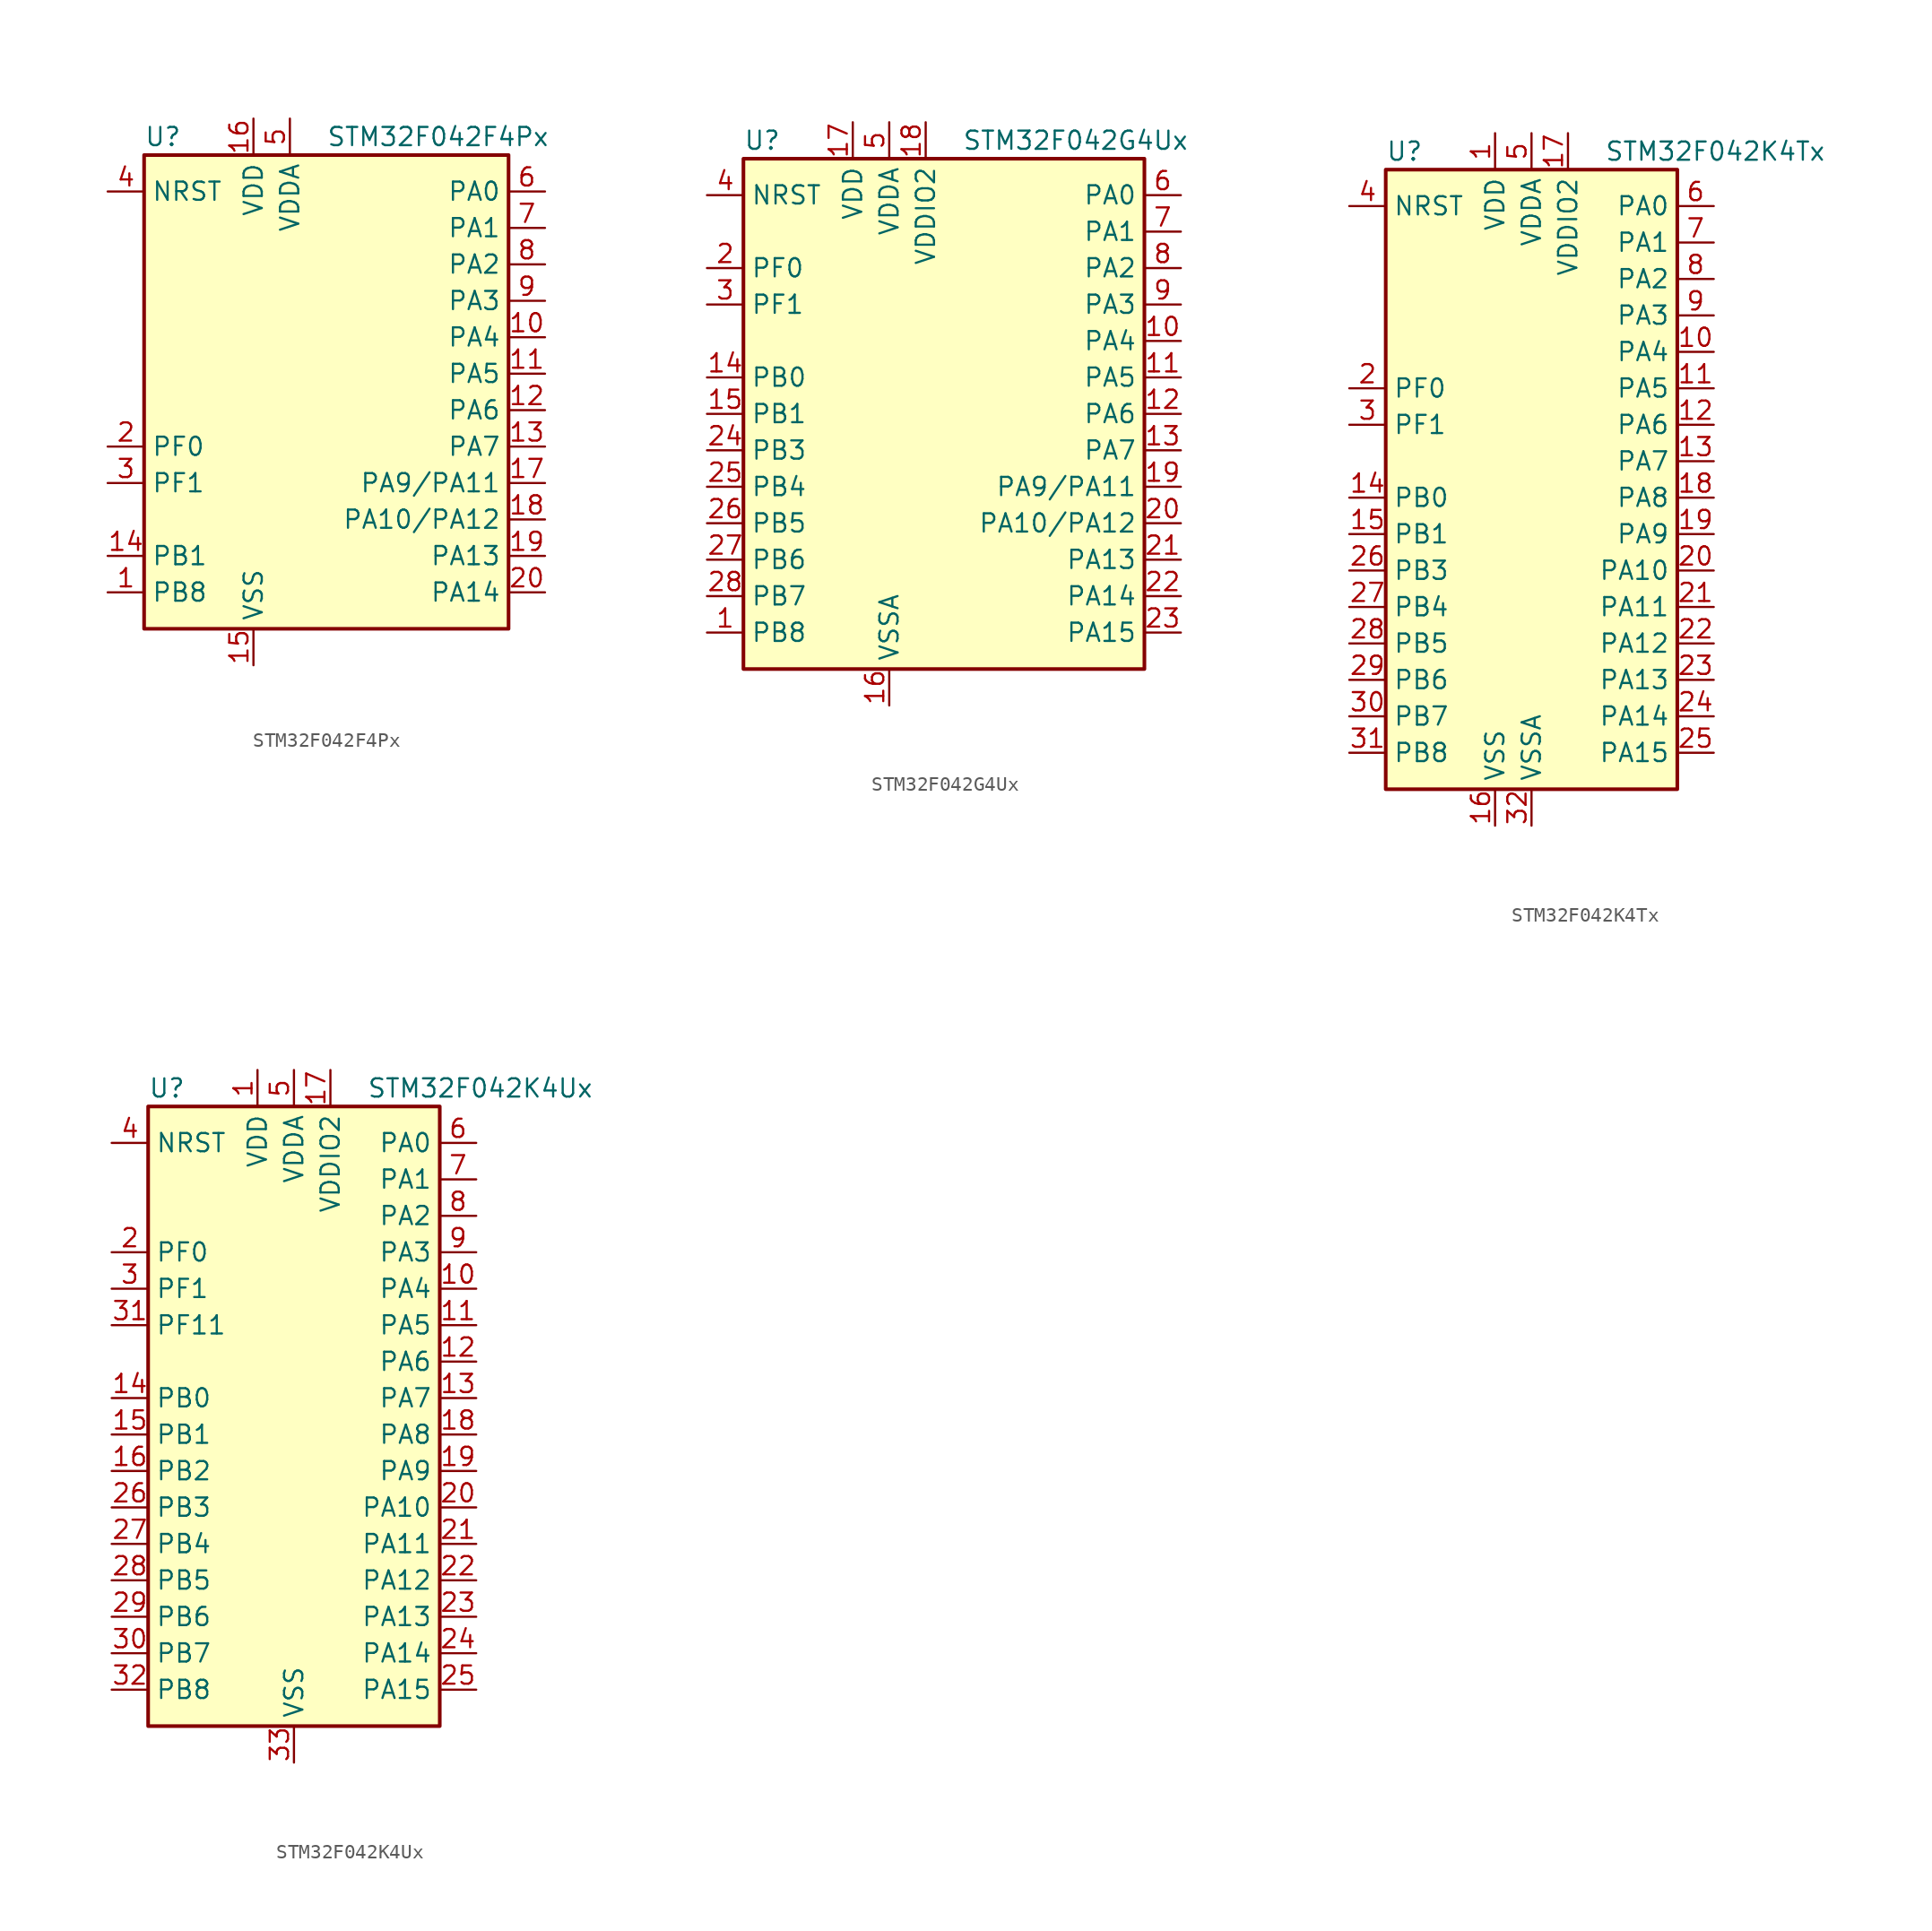
<source format=kicad_sym>
(kicad_symbol_lib
  (version 20201005)
  (generator kicad_symbol_editor)
  (symbol "STM32F042F4Px"
    (property "Reference" "U"
      (at -12.7 16.51 0)
      (effects (font (size 1.27 1.27)) (justify left)))
    (property "Value" "STM32F042F4Px"
      (at 0 16.51 0)
      (effects (font (size 1.27 1.27)) (justify left)))
    (symbol "STM32F042F4Px_0_1"
      (rectangle (start -12.7 -17.78) (end 12.7 15.24) (stroke (width 0.254)) (fill (type background))))
    (symbol "STM32F042F4Px_1_1"
      (pin bidirectional line (at -15.24 -15.24 0) (length 2.54) (name "PB8" (effects (font (size 1.27 1.27)))) (number "1" (effects (font (size 1.27 1.27)))))
      (pin bidirectional line (at 15.24 2.54 180) (length 2.54) (name "PA4" (effects (font (size 1.27 1.27)))) (number "10" (effects (font (size 1.27 1.27)))))
      (pin bidirectional line (at 15.24 0 180) (length 2.54) (name "PA5" (effects (font (size 1.27 1.27)))) (number "11" (effects (font (size 1.27 1.27)))))
      (pin bidirectional line (at 15.24 -2.54 180) (length 2.54) (name "PA6" (effects (font (size 1.27 1.27)))) (number "12" (effects (font (size 1.27 1.27)))))
      (pin bidirectional line (at 15.24 -5.08 180) (length 2.54) (name "PA7" (effects (font (size 1.27 1.27)))) (number "13" (effects (font (size 1.27 1.27)))))
      (pin bidirectional line (at -15.24 -12.7 0) (length 2.54) (name "PB1" (effects (font (size 1.27 1.27)))) (number "14" (effects (font (size 1.27 1.27)))))
      (pin power_in line (at -5.08 -20.32 90) (length 2.54) (name "VSS" (effects (font (size 1.27 1.27)))) (number "15" (effects (font (size 1.27 1.27)))))
      (pin power_in line (at -5.08 17.78 270) (length 2.54) (name "VDD" (effects (font (size 1.27 1.27)))) (number "16" (effects (font (size 1.27 1.27)))))
      (pin bidirectional line (at 15.24 -7.62 180) (length 2.54) (name "PA9/PA11" (effects (font (size 1.27 1.27)))) (number "17" (effects (font (size 1.27 1.27)))))
      (pin bidirectional line (at 15.24 -10.16 180) (length 2.54) (name "PA10/PA12" (effects (font (size 1.27 1.27)))) (number "18" (effects (font (size 1.27 1.27)))))
      (pin bidirectional line (at 15.24 -12.7 180) (length 2.54) (name "PA13" (effects (font (size 1.27 1.27)))) (number "19" (effects (font (size 1.27 1.27)))))
      (pin input line (at -15.24 -5.08 0) (length 2.54) (name "PF0" (effects (font (size 1.27 1.27)))) (number "2" (effects (font (size 1.27 1.27)))))
      (pin bidirectional line (at 15.24 -15.24 180) (length 2.54) (name "PA14" (effects (font (size 1.27 1.27)))) (number "20" (effects (font (size 1.27 1.27)))))
      (pin input line (at -15.24 -7.62 0) (length 2.54) (name "PF1" (effects (font (size 1.27 1.27)))) (number "3" (effects (font (size 1.27 1.27)))))
      (pin input line (at -15.24 12.7 0) (length 2.54) (name "NRST" (effects (font (size 1.27 1.27)))) (number "4" (effects (font (size 1.27 1.27)))))
      (pin power_in line (at -2.54 17.78 270) (length 2.54) (name "VDDA" (effects (font (size 1.27 1.27)))) (number "5" (effects (font (size 1.27 1.27)))))
      (pin bidirectional line (at 15.24 12.7 180) (length 2.54) (name "PA0" (effects (font (size 1.27 1.27)))) (number "6" (effects (font (size 1.27 1.27)))))
      (pin bidirectional line (at 15.24 10.16 180) (length 2.54) (name "PA1" (effects (font (size 1.27 1.27)))) (number "7" (effects (font (size 1.27 1.27)))))
      (pin bidirectional line (at 15.24 7.62 180) (length 2.54) (name "PA2" (effects (font (size 1.27 1.27)))) (number "8" (effects (font (size 1.27 1.27)))))
      (pin bidirectional line (at 15.24 5.08 180) (length 2.54) (name "PA3" (effects (font (size 1.27 1.27)))) (number "9" (effects (font (size 1.27 1.27)))))))
  (symbol "STM32F042G4Ux"
    (property "Reference" "U"
      (at -15.24 19.05 0)
      (effects (font (size 1.27 1.27)) (justify left)))
    (property "Value" "STM32F042G4Ux"
      (at 0 19.05 0)
      (effects (font (size 1.27 1.27)) (justify left)))
    (symbol "STM32F042G4Ux_0_1"
      (rectangle (start -15.24 -17.78) (end 12.7 17.78) (stroke (width 0.254)) (fill (type background))))
    (symbol "STM32F042G4Ux_1_1"
      (pin bidirectional line (at -17.78 -15.24 0) (length 2.54) (name "PB8" (effects (font (size 1.27 1.27)))) (number "1" (effects (font (size 1.27 1.27)))))
      (pin bidirectional line (at 15.24 5.08 180) (length 2.54) (name "PA4" (effects (font (size 1.27 1.27)))) (number "10" (effects (font (size 1.27 1.27)))))
      (pin bidirectional line (at 15.24 2.54 180) (length 2.54) (name "PA5" (effects (font (size 1.27 1.27)))) (number "11" (effects (font (size 1.27 1.27)))))
      (pin bidirectional line (at 15.24 0 180) (length 2.54) (name "PA6" (effects (font (size 1.27 1.27)))) (number "12" (effects (font (size 1.27 1.27)))))
      (pin bidirectional line (at 15.24 -2.54 180) (length 2.54) (name "PA7" (effects (font (size 1.27 1.27)))) (number "13" (effects (font (size 1.27 1.27)))))
      (pin bidirectional line (at -17.78 2.54 0) (length 2.54) (name "PB0" (effects (font (size 1.27 1.27)))) (number "14" (effects (font (size 1.27 1.27)))))
      (pin bidirectional line (at -17.78 0 0) (length 2.54) (name "PB1" (effects (font (size 1.27 1.27)))) (number "15" (effects (font (size 1.27 1.27)))))
      (pin power_in line (at -5.08 -20.32 90) (length 2.54) (name "VSSA" (effects (font (size 1.27 1.27)))) (number "16" (effects (font (size 1.27 1.27)))))
      (pin power_in line (at -7.62 20.32 270) (length 2.54) (name "VDD" (effects (font (size 1.27 1.27)))) (number "17" (effects (font (size 1.27 1.27)))))
      (pin power_in line (at -2.54 20.32 270) (length 2.54) (name "VDDIO2" (effects (font (size 1.27 1.27)))) (number "18" (effects (font (size 1.27 1.27)))))
      (pin bidirectional line (at 15.24 -5.08 180) (length 2.54) (name "PA9/PA11" (effects (font (size 1.27 1.27)))) (number "19" (effects (font (size 1.27 1.27)))))
      (pin input line (at -17.78 10.16 0) (length 2.54) (name "PF0" (effects (font (size 1.27 1.27)))) (number "2" (effects (font (size 1.27 1.27)))))
      (pin bidirectional line (at 15.24 -7.62 180) (length 2.54) (name "PA10/PA12" (effects (font (size 1.27 1.27)))) (number "20" (effects (font (size 1.27 1.27)))))
      (pin bidirectional line (at 15.24 -10.16 180) (length 2.54) (name "PA13" (effects (font (size 1.27 1.27)))) (number "21" (effects (font (size 1.27 1.27)))))
      (pin bidirectional line (at 15.24 -12.7 180) (length 2.54) (name "PA14" (effects (font (size 1.27 1.27)))) (number "22" (effects (font (size 1.27 1.27)))))
      (pin bidirectional line (at 15.24 -15.24 180) (length 2.54) (name "PA15" (effects (font (size 1.27 1.27)))) (number "23" (effects (font (size 1.27 1.27)))))
      (pin bidirectional line (at -17.78 -2.54 0) (length 2.54) (name "PB3" (effects (font (size 1.27 1.27)))) (number "24" (effects (font (size 1.27 1.27)))))
      (pin bidirectional line (at -17.78 -5.08 0) (length 2.54) (name "PB4" (effects (font (size 1.27 1.27)))) (number "25" (effects (font (size 1.27 1.27)))))
      (pin bidirectional line (at -17.78 -7.62 0) (length 2.54) (name "PB5" (effects (font (size 1.27 1.27)))) (number "26" (effects (font (size 1.27 1.27)))))
      (pin bidirectional line (at -17.78 -10.16 0) (length 2.54) (name "PB6" (effects (font (size 1.27 1.27)))) (number "27" (effects (font (size 1.27 1.27)))))
      (pin bidirectional line (at -17.78 -12.7 0) (length 2.54) (name "PB7" (effects (font (size 1.27 1.27)))) (number "28" (effects (font (size 1.27 1.27)))))
      (pin input line (at -17.78 7.62 0) (length 2.54) (name "PF1" (effects (font (size 1.27 1.27)))) (number "3" (effects (font (size 1.27 1.27)))))
      (pin input line (at -17.78 15.24 0) (length 2.54) (name "NRST" (effects (font (size 1.27 1.27)))) (number "4" (effects (font (size 1.27 1.27)))))
      (pin power_in line (at -5.08 20.32 270) (length 2.54) (name "VDDA" (effects (font (size 1.27 1.27)))) (number "5" (effects (font (size 1.27 1.27)))))
      (pin bidirectional line (at 15.24 15.24 180) (length 2.54) (name "PA0" (effects (font (size 1.27 1.27)))) (number "6" (effects (font (size 1.27 1.27)))))
      (pin bidirectional line (at 15.24 12.7 180) (length 2.54) (name "PA1" (effects (font (size 1.27 1.27)))) (number "7" (effects (font (size 1.27 1.27)))))
      (pin bidirectional line (at 15.24 10.16 180) (length 2.54) (name "PA2" (effects (font (size 1.27 1.27)))) (number "8" (effects (font (size 1.27 1.27)))))
      (pin bidirectional line (at 15.24 7.62 180) (length 2.54) (name "PA3" (effects (font (size 1.27 1.27)))) (number "9" (effects (font (size 1.27 1.27)))))))
  (symbol "STM32F042K4Tx"
    (property "Reference" "U"
      (at -10.16 21.59 0)
      (effects (font (size 1.27 1.27)) (justify left)))
    (property "Value" "STM32F042K4Tx"
      (at 5.08 21.59 0)
      (effects (font (size 1.27 1.27)) (justify left)))
    (symbol "STM32F042K4Tx_0_1"
      (rectangle (start -10.16 -22.86) (end 10.16 20.32) (stroke (width 0.254)) (fill (type background))))
    (symbol "STM32F042K4Tx_1_1"
      (pin power_in line (at -2.54 22.86 270) (length 2.54) (name "VDD" (effects (font (size 1.27 1.27)))) (number "1" (effects (font (size 1.27 1.27)))))
      (pin bidirectional line (at 12.7 7.62 180) (length 2.54) (name "PA4" (effects (font (size 1.27 1.27)))) (number "10" (effects (font (size 1.27 1.27)))))
      (pin bidirectional line (at 12.7 5.08 180) (length 2.54) (name "PA5" (effects (font (size 1.27 1.27)))) (number "11" (effects (font (size 1.27 1.27)))))
      (pin bidirectional line (at 12.7 2.54 180) (length 2.54) (name "PA6" (effects (font (size 1.27 1.27)))) (number "12" (effects (font (size 1.27 1.27)))))
      (pin bidirectional line (at 12.7 0 180) (length 2.54) (name "PA7" (effects (font (size 1.27 1.27)))) (number "13" (effects (font (size 1.27 1.27)))))
      (pin bidirectional line (at -12.7 -2.54 0) (length 2.54) (name "PB0" (effects (font (size 1.27 1.27)))) (number "14" (effects (font (size 1.27 1.27)))))
      (pin bidirectional line (at -12.7 -5.08 0) (length 2.54) (name "PB1" (effects (font (size 1.27 1.27)))) (number "15" (effects (font (size 1.27 1.27)))))
      (pin power_in line (at -2.54 -25.4 90) (length 2.54) (name "VSS" (effects (font (size 1.27 1.27)))) (number "16" (effects (font (size 1.27 1.27)))))
      (pin power_in line (at 2.54 22.86 270) (length 2.54) (name "VDDIO2" (effects (font (size 1.27 1.27)))) (number "17" (effects (font (size 1.27 1.27)))))
      (pin bidirectional line (at 12.7 -2.54 180) (length 2.54) (name "PA8" (effects (font (size 1.27 1.27)))) (number "18" (effects (font (size 1.27 1.27)))))
      (pin bidirectional line (at 12.7 -5.08 180) (length 2.54) (name "PA9" (effects (font (size 1.27 1.27)))) (number "19" (effects (font (size 1.27 1.27)))))
      (pin input line (at -12.7 5.08 0) (length 2.54) (name "PF0" (effects (font (size 1.27 1.27)))) (number "2" (effects (font (size 1.27 1.27)))))
      (pin bidirectional line (at 12.7 -7.62 180) (length 2.54) (name "PA10" (effects (font (size 1.27 1.27)))) (number "20" (effects (font (size 1.27 1.27)))))
      (pin bidirectional line (at 12.7 -10.16 180) (length 2.54) (name "PA11" (effects (font (size 1.27 1.27)))) (number "21" (effects (font (size 1.27 1.27)))))
      (pin bidirectional line (at 12.7 -12.7 180) (length 2.54) (name "PA12" (effects (font (size 1.27 1.27)))) (number "22" (effects (font (size 1.27 1.27)))))
      (pin bidirectional line (at 12.7 -15.24 180) (length 2.54) (name "PA13" (effects (font (size 1.27 1.27)))) (number "23" (effects (font (size 1.27 1.27)))))
      (pin bidirectional line (at 12.7 -17.78 180) (length 2.54) (name "PA14" (effects (font (size 1.27 1.27)))) (number "24" (effects (font (size 1.27 1.27)))))
      (pin bidirectional line (at 12.7 -20.32 180) (length 2.54) (name "PA15" (effects (font (size 1.27 1.27)))) (number "25" (effects (font (size 1.27 1.27)))))
      (pin bidirectional line (at -12.7 -7.62 0) (length 2.54) (name "PB3" (effects (font (size 1.27 1.27)))) (number "26" (effects (font (size 1.27 1.27)))))
      (pin bidirectional line (at -12.7 -10.16 0) (length 2.54) (name "PB4" (effects (font (size 1.27 1.27)))) (number "27" (effects (font (size 1.27 1.27)))))
      (pin bidirectional line (at -12.7 -12.7 0) (length 2.54) (name "PB5" (effects (font (size 1.27 1.27)))) (number "28" (effects (font (size 1.27 1.27)))))
      (pin bidirectional line (at -12.7 -15.24 0) (length 2.54) (name "PB6" (effects (font (size 1.27 1.27)))) (number "29" (effects (font (size 1.27 1.27)))))
      (pin input line (at -12.7 2.54 0) (length 2.54) (name "PF1" (effects (font (size 1.27 1.27)))) (number "3" (effects (font (size 1.27 1.27)))))
      (pin bidirectional line (at -12.7 -17.78 0) (length 2.54) (name "PB7" (effects (font (size 1.27 1.27)))) (number "30" (effects (font (size 1.27 1.27)))))
      (pin bidirectional line (at -12.7 -20.32 0) (length 2.54) (name "PB8" (effects (font (size 1.27 1.27)))) (number "31" (effects (font (size 1.27 1.27)))))
      (pin power_in line (at 0 -25.4 90) (length 2.54) (name "VSSA" (effects (font (size 1.27 1.27)))) (number "32" (effects (font (size 1.27 1.27)))))
      (pin input line (at -12.7 17.78 0) (length 2.54) (name "NRST" (effects (font (size 1.27 1.27)))) (number "4" (effects (font (size 1.27 1.27)))))
      (pin power_in line (at 0 22.86 270) (length 2.54) (name "VDDA" (effects (font (size 1.27 1.27)))) (number "5" (effects (font (size 1.27 1.27)))))
      (pin bidirectional line (at 12.7 17.78 180) (length 2.54) (name "PA0" (effects (font (size 1.27 1.27)))) (number "6" (effects (font (size 1.27 1.27)))))
      (pin bidirectional line (at 12.7 15.24 180) (length 2.54) (name "PA1" (effects (font (size 1.27 1.27)))) (number "7" (effects (font (size 1.27 1.27)))))
      (pin bidirectional line (at 12.7 12.7 180) (length 2.54) (name "PA2" (effects (font (size 1.27 1.27)))) (number "8" (effects (font (size 1.27 1.27)))))
      (pin bidirectional line (at 12.7 10.16 180) (length 2.54) (name "PA3" (effects (font (size 1.27 1.27)))) (number "9" (effects (font (size 1.27 1.27)))))))
  (symbol "STM32F042K4Ux"
    (property "Reference" "U"
      (at -10.16 21.59 0)
      (effects (font (size 1.27 1.27)) (justify left)))
    (property "Value" "STM32F042K4Ux"
      (at 5.08 21.59 0)
      (effects (font (size 1.27 1.27)) (justify left)))
    (symbol "STM32F042K4Ux_0_1"
      (rectangle (start -10.16 -22.86) (end 10.16 20.32) (stroke (width 0.254)) (fill (type background))))
    (symbol "STM32F042K4Ux_1_1"
      (pin power_in line (at -2.54 22.86 270) (length 2.54) (name "VDD" (effects (font (size 1.27 1.27)))) (number "1" (effects (font (size 1.27 1.27)))))
      (pin bidirectional line (at 12.7 7.62 180) (length 2.54) (name "PA4" (effects (font (size 1.27 1.27)))) (number "10" (effects (font (size 1.27 1.27)))))
      (pin bidirectional line (at 12.7 5.08 180) (length 2.54) (name "PA5" (effects (font (size 1.27 1.27)))) (number "11" (effects (font (size 1.27 1.27)))))
      (pin bidirectional line (at 12.7 2.54 180) (length 2.54) (name "PA6" (effects (font (size 1.27 1.27)))) (number "12" (effects (font (size 1.27 1.27)))))
      (pin bidirectional line (at 12.7 0 180) (length 2.54) (name "PA7" (effects (font (size 1.27 1.27)))) (number "13" (effects (font (size 1.27 1.27)))))
      (pin bidirectional line (at -12.7 0 0) (length 2.54) (name "PB0" (effects (font (size 1.27 1.27)))) (number "14" (effects (font (size 1.27 1.27)))))
      (pin bidirectional line (at -12.7 -2.54 0) (length 2.54) (name "PB1" (effects (font (size 1.27 1.27)))) (number "15" (effects (font (size 1.27 1.27)))))
      (pin bidirectional line (at -12.7 -5.08 0) (length 2.54) (name "PB2" (effects (font (size 1.27 1.27)))) (number "16" (effects (font (size 1.27 1.27)))))
      (pin power_in line (at 2.54 22.86 270) (length 2.54) (name "VDDIO2" (effects (font (size 1.27 1.27)))) (number "17" (effects (font (size 1.27 1.27)))))
      (pin bidirectional line (at 12.7 -2.54 180) (length 2.54) (name "PA8" (effects (font (size 1.27 1.27)))) (number "18" (effects (font (size 1.27 1.27)))))
      (pin bidirectional line (at 12.7 -5.08 180) (length 2.54) (name "PA9" (effects (font (size 1.27 1.27)))) (number "19" (effects (font (size 1.27 1.27)))))
      (pin input line (at -12.7 10.16 0) (length 2.54) (name "PF0" (effects (font (size 1.27 1.27)))) (number "2" (effects (font (size 1.27 1.27)))))
      (pin bidirectional line (at 12.7 -7.62 180) (length 2.54) (name "PA10" (effects (font (size 1.27 1.27)))) (number "20" (effects (font (size 1.27 1.27)))))
      (pin bidirectional line (at 12.7 -10.16 180) (length 2.54) (name "PA11" (effects (font (size 1.27 1.27)))) (number "21" (effects (font (size 1.27 1.27)))))
      (pin bidirectional line (at 12.7 -12.7 180) (length 2.54) (name "PA12" (effects (font (size 1.27 1.27)))) (number "22" (effects (font (size 1.27 1.27)))))
      (pin bidirectional line (at 12.7 -15.24 180) (length 2.54) (name "PA13" (effects (font (size 1.27 1.27)))) (number "23" (effects (font (size 1.27 1.27)))))
      (pin bidirectional line (at 12.7 -17.78 180) (length 2.54) (name "PA14" (effects (font (size 1.27 1.27)))) (number "24" (effects (font (size 1.27 1.27)))))
      (pin bidirectional line (at 12.7 -20.32 180) (length 2.54) (name "PA15" (effects (font (size 1.27 1.27)))) (number "25" (effects (font (size 1.27 1.27)))))
      (pin bidirectional line (at -12.7 -7.62 0) (length 2.54) (name "PB3" (effects (font (size 1.27 1.27)))) (number "26" (effects (font (size 1.27 1.27)))))
      (pin bidirectional line (at -12.7 -10.16 0) (length 2.54) (name "PB4" (effects (font (size 1.27 1.27)))) (number "27" (effects (font (size 1.27 1.27)))))
      (pin bidirectional line (at -12.7 -12.7 0) (length 2.54) (name "PB5" (effects (font (size 1.27 1.27)))) (number "28" (effects (font (size 1.27 1.27)))))
      (pin bidirectional line (at -12.7 -15.24 0) (length 2.54) (name "PB6" (effects (font (size 1.27 1.27)))) (number "29" (effects (font (size 1.27 1.27)))))
      (pin input line (at -12.7 7.62 0) (length 2.54) (name "PF1" (effects (font (size 1.27 1.27)))) (number "3" (effects (font (size 1.27 1.27)))))
      (pin bidirectional line (at -12.7 -17.78 0) (length 2.54) (name "PB7" (effects (font (size 1.27 1.27)))) (number "30" (effects (font (size 1.27 1.27)))))
      (pin bidirectional line (at -12.7 5.08 0) (length 2.54) (name "PF11" (effects (font (size 1.27 1.27)))) (number "31" (effects (font (size 1.27 1.27)))))
      (pin bidirectional line (at -12.7 -20.32 0) (length 2.54) (name "PB8" (effects (font (size 1.27 1.27)))) (number "32" (effects (font (size 1.27 1.27)))))
      (pin power_in line (at 0 -25.4 90) (length 2.54) (name "VSS" (effects (font (size 1.27 1.27)))) (number "33" (effects (font (size 1.27 1.27)))))
      (pin input line (at -12.7 17.78 0) (length 2.54) (name "NRST" (effects (font (size 1.27 1.27)))) (number "4" (effects (font (size 1.27 1.27)))))
      (pin power_in line (at 0 22.86 270) (length 2.54) (name "VDDA" (effects (font (size 1.27 1.27)))) (number "5" (effects (font (size 1.27 1.27)))))
      (pin bidirectional line (at 12.7 17.78 180) (length 2.54) (name "PA0" (effects (font (size 1.27 1.27)))) (number "6" (effects (font (size 1.27 1.27)))))
      (pin bidirectional line (at 12.7 15.24 180) (length 2.54) (name "PA1" (effects (font (size 1.27 1.27)))) (number "7" (effects (font (size 1.27 1.27)))))
      (pin bidirectional line (at 12.7 12.7 180) (length 2.54) (name "PA2" (effects (font (size 1.27 1.27)))) (number "8" (effects (font (size 1.27 1.27)))))
      (pin bidirectional line (at 12.7 10.16 180) (length 2.54) (name "PA3" (effects (font (size 1.27 1.27)))) (number "9" (effects (font (size 1.27 1.27))))))))
</source>
